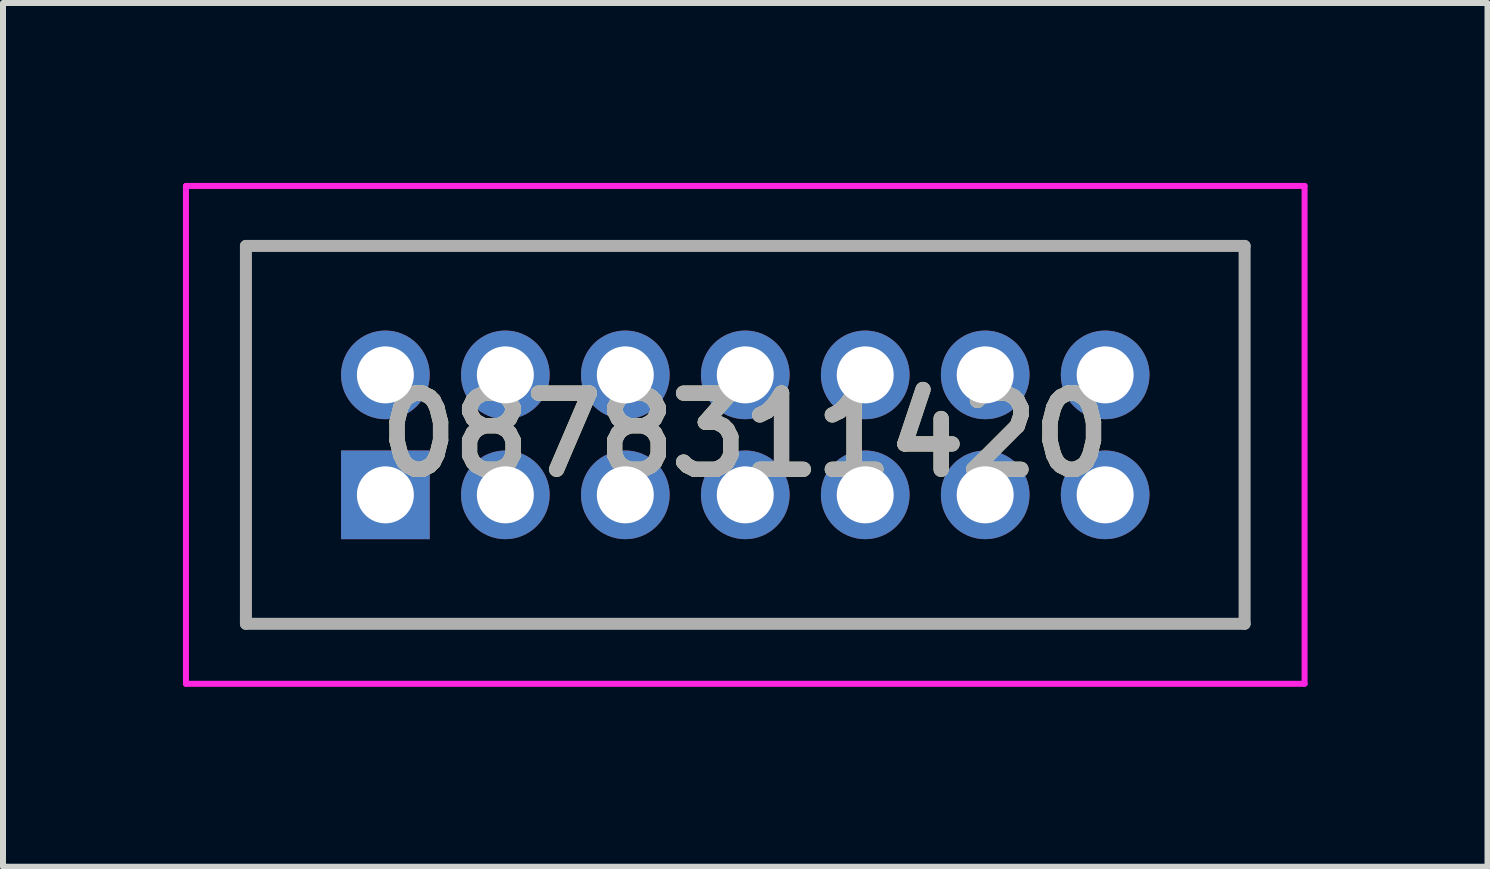
<source format=kicad_pcb>
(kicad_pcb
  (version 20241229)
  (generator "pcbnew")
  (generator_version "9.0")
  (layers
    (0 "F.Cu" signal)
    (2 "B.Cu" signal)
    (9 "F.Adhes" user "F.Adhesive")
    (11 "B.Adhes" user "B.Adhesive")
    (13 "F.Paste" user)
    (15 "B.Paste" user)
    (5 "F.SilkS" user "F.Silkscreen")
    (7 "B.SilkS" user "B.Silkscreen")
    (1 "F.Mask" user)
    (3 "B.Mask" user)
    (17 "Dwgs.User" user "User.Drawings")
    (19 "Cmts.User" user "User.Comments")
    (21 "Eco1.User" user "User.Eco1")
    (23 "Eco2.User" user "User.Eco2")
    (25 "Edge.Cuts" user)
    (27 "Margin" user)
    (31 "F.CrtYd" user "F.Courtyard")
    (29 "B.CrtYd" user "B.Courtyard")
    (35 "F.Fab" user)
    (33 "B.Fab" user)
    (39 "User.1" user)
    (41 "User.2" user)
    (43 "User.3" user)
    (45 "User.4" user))
  (footprint "0878311420"
    (layer "F.Cu")
    (at 3.375 5.2)
    (property "Reference" "0878311420" (at 6 -1 0) (layer "F.SilkS") (effects (font (size 1.27 1.27) (thickness 0.254))))
    (attr through_hole)
    (fp_line (start -2.325 -4.15) (end 14.325 -4.15) (stroke (width 0.1) (type solid)) (layer "F.SilkS"))
    (fp_line (start -2.325 2.15) (end -2.325 -4.15) (stroke (width 0.1) (type solid)) (layer "F.SilkS"))
    (fp_line (start 14.325 -4.15) (end 14.325 2.15) (stroke (width 0.1) (type solid)) (layer "F.SilkS"))
    (fp_line (start 14.325 2.15) (end -2.325 2.15) (stroke (width 0.1) (type solid)) (layer "F.SilkS"))
    (fp_line (start -3.325 -5.15) (end 15.325 -5.15) (stroke (width 0.1) (type solid)) (layer "F.CrtYd"))
    (fp_line (start -3.325 3.15) (end -3.325 -5.15) (stroke (width 0.1) (type solid)) (layer "F.CrtYd"))
    (fp_line (start 15.325 -5.15) (end 15.325 3.15) (stroke (width 0.1) (type solid)) (layer "F.CrtYd"))
    (fp_line (start 15.325 3.15) (end -3.325 3.15) (stroke (width 0.1) (type solid)) (layer "F.CrtYd"))
    (fp_line (start -2.325 -4.15) (end -2.325 2.15) (stroke (width 0.2) (type solid)) (layer "F.Fab"))
    (fp_line (start -2.325 2.15) (end 14.325 2.15) (stroke (width 0.2) (type solid)) (layer "F.Fab"))
    (fp_line (start 14.325 -4.15) (end -2.325 -4.15) (stroke (width 0.2) (type solid)) (layer "F.Fab"))
    (fp_line (start 14.325 2.15) (end 14.325 -4.15) (stroke (width 0.2) (type solid)) (layer "F.Fab"))
    (fp_text user "${REFERENCE}" (at 6 -1 0) (layer "F.Fab") (effects (font (size 1.27 1.27) (thickness 0.254))))
    (pad "1" thru_hole rect (at 0 0) (size 1.478 1.478) (drill 0.95) (layers "*.Cu" "*.Mask"))
    (pad "2" thru_hole circle (at 0 -2) (size 1.478 1.478) (drill 0.95) (layers "*.Cu" "*.Mask"))
    (pad "3" thru_hole circle (at 2 0) (size 1.478 1.478) (drill 0.95) (layers "*.Cu" "*.Mask"))
    (pad "4" thru_hole circle (at 2 -2) (size 1.478 1.478) (drill 0.95) (layers "*.Cu" "*.Mask"))
    (pad "5" thru_hole circle (at 4 0) (size 1.478 1.478) (drill 0.95) (layers "*.Cu" "*.Mask"))
    (pad "6" thru_hole circle (at 4 -2) (size 1.478 1.478) (drill 0.95) (layers "*.Cu" "*.Mask"))
    (pad "7" thru_hole circle (at 6 0) (size 1.478 1.478) (drill 0.95) (layers "*.Cu" "*.Mask"))
    (pad "8" thru_hole circle (at 6 -2) (size 1.478 1.478) (drill 0.95) (layers "*.Cu" "*.Mask"))
    (pad "9" thru_hole circle (at 8 0) (size 1.478 1.478) (drill 0.95) (layers "*.Cu" "*.Mask"))
    (pad "10" thru_hole circle (at 8 -2) (size 1.478 1.478) (drill 0.95) (layers "*.Cu" "*.Mask"))
    (pad "11" thru_hole circle (at 10 0) (size 1.478 1.478) (drill 0.95) (layers "*.Cu" "*.Mask"))
    (pad "12" thru_hole circle (at 10 -2) (size 1.478 1.478) (drill 0.95) (layers "*.Cu" "*.Mask"))
    (pad "13" thru_hole circle (at 12 0) (size 1.478 1.478) (drill 0.95) (layers "*.Cu" "*.Mask"))
    (pad "14" thru_hole circle (at 12 -2) (size 1.478 1.478) (drill 0.95) (layers "*.Cu" "*.Mask")))
  (gr_rect
    (start -3 -3)
    (end 21.75 11.4)
    (stroke (width 0.1) (type default))
    (fill no)
    (layer "Edge.Cuts")))
</source>
